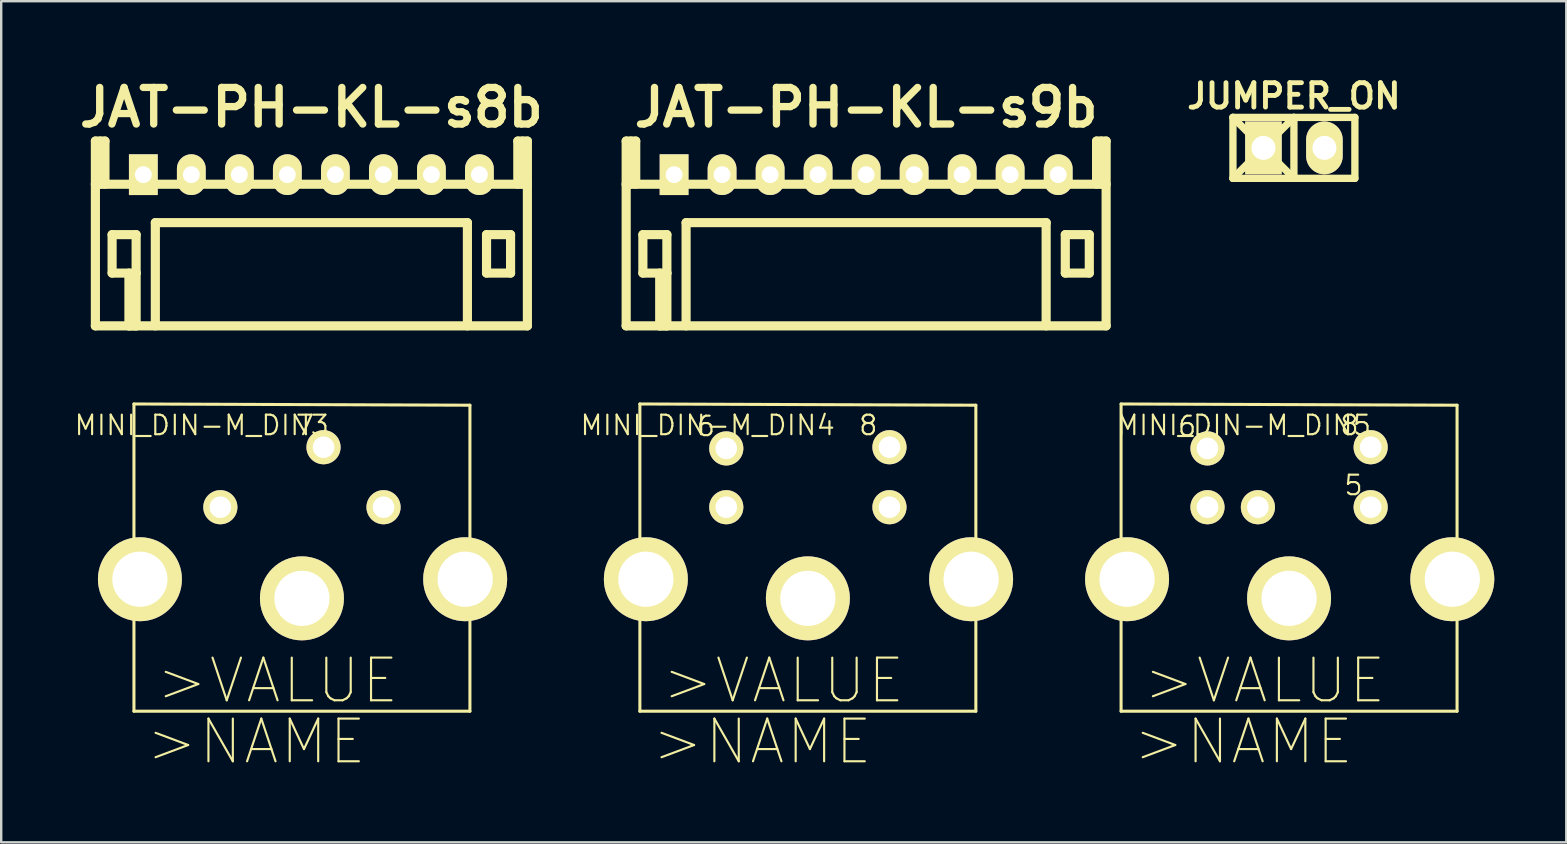
<source format=kicad_pcb>
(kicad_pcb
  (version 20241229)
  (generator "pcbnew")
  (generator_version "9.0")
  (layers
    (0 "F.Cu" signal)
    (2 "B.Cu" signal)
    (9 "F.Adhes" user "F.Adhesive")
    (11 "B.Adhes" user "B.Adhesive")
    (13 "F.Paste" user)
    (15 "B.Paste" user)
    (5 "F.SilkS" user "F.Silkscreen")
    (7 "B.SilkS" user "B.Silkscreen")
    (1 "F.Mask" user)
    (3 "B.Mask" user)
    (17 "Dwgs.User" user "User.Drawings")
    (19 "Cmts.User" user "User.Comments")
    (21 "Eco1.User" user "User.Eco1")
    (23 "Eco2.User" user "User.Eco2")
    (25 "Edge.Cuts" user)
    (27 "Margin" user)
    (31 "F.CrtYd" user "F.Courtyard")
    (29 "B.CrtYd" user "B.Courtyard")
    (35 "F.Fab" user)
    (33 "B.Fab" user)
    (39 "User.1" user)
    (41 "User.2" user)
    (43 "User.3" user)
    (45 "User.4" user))
  (footprint "MINI_DIN-M_DIN5"
    (layer "F.Cu")
    (at 50.65 19.288)
    (property "Reference" "MINI_DIN-M_DIN5" (at -1.88 -4.623 0) (layer "F.SilkS") (effects (font (size 0.813 0.813) (thickness 0.089))))
    (attr exclude_from_pos_files exclude_from_bom)
    (fp_line (start -6.998 -5.509) (end 6.998 -5.458) (stroke (width 0.127) (type solid)) (layer "F.SilkS"))
    (fp_line (start -6.998 2.789) (end -6.998 -5.509) (stroke (width 0.127) (type solid)) (layer "F.SilkS"))
    (fp_line (start -6.998 2.789) (end -6.698 2.789) (stroke (width 0.127) (type solid)) (layer "F.SilkS"))
    (fp_line (start -6.998 7.29) (end -6.998 2.789) (stroke (width 0.127) (type solid)) (layer "F.SilkS"))
    (fp_line (start -6.698 0.792) (end -6.949 0.792) (stroke (width 0.127) (type solid)) (layer "F.SilkS"))
    (fp_line (start -6.698 2.789) (end -6.698 0.792) (stroke (width 0.127) (type solid)) (layer "F.SilkS"))
    (fp_line (start 6.698 0.792) (end 6.998 0.792) (stroke (width 0.127) (type solid)) (layer "F.SilkS"))
    (fp_line (start 6.698 2.789) (end 6.698 0.792) (stroke (width 0.127) (type solid)) (layer "F.SilkS"))
    (fp_line (start 6.998 -5.458) (end 6.998 0.792) (stroke (width 0.127) (type solid)) (layer "F.SilkS"))
    (fp_line (start 6.998 0.792) (end 6.998 2.789) (stroke (width 0.127) (type solid)) (layer "F.SilkS"))
    (fp_line (start 6.998 2.789) (end 6.698 2.789) (stroke (width 0.127) (type solid)) (layer "F.SilkS"))
    (fp_line (start 6.998 2.789) (end 6.998 7.29) (stroke (width 0.127) (type solid)) (layer "F.SilkS"))
    (fp_line (start 6.998 7.29) (end -6.998 7.29) (stroke (width 0.127) (type solid)) (layer "F.SilkS"))
    (fp_text user "6" (at -4.249 -4.582 0) (layer "F.SilkS") (effects (font (size 0.813 0.813) (thickness 0.089))))
    (fp_text user "8" (at 2.517 -4.623 0) (layer "F.SilkS") (effects (font (size 0.813 0.813) (thickness 0.089))))
    (fp_text user "5" (at 2.685 -2.123 0) (layer "F.SilkS") (effects (font (size 0.813 0.813) (thickness 0.089))))
    (fp_text user ">VALUE" (at -1.016 6.017 0) (layer "F.SilkS") (effects (font (size 1.778 1.778) (thickness 0.089))))
    (fp_text user ">NAME" (at -1.905 8.557 0) (layer "F.SilkS") (effects (font (size 1.778 1.778) (thickness 0.089))))
    (pad "1" thru_hole circle (at -1.298 -1.209) (size 1.422 1.422) (drill 0.899) (layers "*.Cu" "F.Mask" "F.SilkS" "F.Paste"))
    (pad "3" thru_hole circle (at -3.399 -1.209) (size 1.422 1.422) (drill 0.899) (layers "*.Cu" "F.Mask" "F.SilkS" "F.Paste"))
    (pad "5" thru_hole circle (at 3.399 -1.209) (size 1.422 1.422) (drill 0.899) (layers "*.Cu" "F.Mask" "F.SilkS" "F.Paste"))
    (pad "6" thru_hole circle (at -3.399 -3.658) (size 1.422 1.422) (drill 0.899) (layers "*.Cu" "F.Mask" "F.SilkS" "F.Paste"))
    (pad "8" thru_hole circle (at 3.399 -3.708) (size 1.422 1.422) (drill 0.899) (layers "*.Cu" "F.Mask" "F.SilkS" "F.Paste"))
    (pad "SH1" thru_hole circle (at 6.8 1.791) (size 3.498 3.498) (drill 2.299) (layers "*.Cu" "F.Mask" "F.SilkS" "F.Paste"))
    (pad "SH2" thru_hole circle (at 0 2.588) (size 3.498 3.498) (drill 2.299) (layers "*.Cu" "F.Mask" "F.SilkS" "F.Paste"))
    (pad "SH3" thru_hole circle (at -6.749 1.791) (size 3.498 3.498) (drill 2.299) (layers "*.Cu" "F.Mask" "F.SilkS" "F.Paste")))
  (footprint "MINI_DIN-M_DIN3"
    (layer "F.Cu")
    (at 9.528 19.288)
    (property "Reference" "MINI_DIN-M_DIN3" (at -4.173 -4.623 0) (layer "F.SilkS") (effects (font (size 0.813 0.813) (thickness 0.089))))
    (attr exclude_from_pos_files exclude_from_bom)
    (fp_line (start -6.998 -5.509) (end 6.998 -5.458) (stroke (width 0.127) (type solid)) (layer "F.SilkS"))
    (fp_line (start -6.998 2.789) (end -6.998 -5.509) (stroke (width 0.127) (type solid)) (layer "F.SilkS"))
    (fp_line (start -6.998 2.789) (end -6.698 2.789) (stroke (width 0.127) (type solid)) (layer "F.SilkS"))
    (fp_line (start -6.998 7.29) (end -6.998 2.789) (stroke (width 0.127) (type solid)) (layer "F.SilkS"))
    (fp_line (start -6.698 0.792) (end -6.949 0.792) (stroke (width 0.127) (type solid)) (layer "F.SilkS"))
    (fp_line (start -6.698 2.789) (end -6.698 0.792) (stroke (width 0.127) (type solid)) (layer "F.SilkS"))
    (fp_line (start 6.698 0.792) (end 6.998 0.792) (stroke (width 0.127) (type solid)) (layer "F.SilkS"))
    (fp_line (start 6.698 2.789) (end 6.698 0.792) (stroke (width 0.127) (type solid)) (layer "F.SilkS"))
    (fp_line (start 6.998 -5.458) (end 6.998 0.792) (stroke (width 0.127) (type solid)) (layer "F.SilkS"))
    (fp_line (start 6.998 0.792) (end 6.998 2.789) (stroke (width 0.127) (type solid)) (layer "F.SilkS"))
    (fp_line (start 6.998 2.789) (end 6.698 2.789) (stroke (width 0.127) (type solid)) (layer "F.SilkS"))
    (fp_line (start 6.998 2.789) (end 6.998 7.29) (stroke (width 0.127) (type solid)) (layer "F.SilkS"))
    (fp_line (start 6.998 7.29) (end -6.998 7.29) (stroke (width 0.127) (type solid)) (layer "F.SilkS"))
    (fp_text user ">VALUE" (at -1.016 6.017 0) (layer "F.SilkS") (effects (font (size 1.778 1.778) (thickness 0.089))))
    (fp_text user "7" (at 0.124 -4.623 0) (layer "F.SilkS") (effects (font (size 0.813 0.813) (thickness 0.089))))
    (fp_text user ">NAME" (at -1.905 8.557 0) (layer "F.SilkS") (effects (font (size 1.778 1.778) (thickness 0.089))))
    (pad "3" thru_hole circle (at -3.399 -1.209) (size 1.422 1.422) (drill 0.899) (layers "*.Cu" "F.Mask" "F.SilkS" "F.Paste"))
    (pad "5" thru_hole circle (at 3.399 -1.209) (size 1.422 1.422) (drill 0.899) (layers "*.Cu" "F.Mask" "F.SilkS" "F.Paste"))
    (pad "7" thru_hole circle (at 0.899 -3.708) (size 1.422 1.422) (drill 0.899) (layers "*.Cu" "F.Mask" "F.SilkS" "F.Paste"))
    (pad "SH1" thru_hole circle (at 6.8 1.791) (size 3.498 3.498) (drill 2.299) (layers "*.Cu" "F.Mask" "F.SilkS" "F.Paste"))
    (pad "SH2" thru_hole circle (at 0 2.588) (size 3.498 3.498) (drill 2.299) (layers "*.Cu" "F.Mask" "F.SilkS" "F.Paste"))
    (pad "SH3" thru_hole circle (at -6.749 1.791) (size 3.498 3.498) (drill 2.299) (layers "*.Cu" "F.Mask" "F.SilkS" "F.Paste")))
  (footprint "JUMPER_ON"
    (layer "F.Cu")
    (at 50.852 3.11)
    (property "Reference" "JUMPER_ON" (at 0 -2.159 0) (layer "F.SilkS") (effects (font (size 1.016 1.016) (thickness 0.203))))
    (attr through_hole)
    (fp_line (start -2.54 -1.27) (end 2.54 -1.27) (stroke (width 0.305) (type solid)) (layer "F.SilkS"))
    (fp_line (start -2.54 1.27) (end -2.54 -1.27) (stroke (width 0.305) (type solid)) (layer "F.SilkS"))
    (fp_line (start -2.54 1.27) (end 0 -1.27) (stroke (width 0.305) (type solid)) (layer "F.SilkS"))
    (fp_line (start 0 -1.27) (end 0 1.27) (stroke (width 0.305) (type solid)) (layer "F.SilkS"))
    (fp_line (start 0 1.27) (end -2.54 -1.27) (stroke (width 0.305) (type solid)) (layer "F.SilkS"))
    (fp_line (start 2.54 -1.27) (end 2.54 1.27) (stroke (width 0.305) (type solid)) (layer "F.SilkS"))
    (fp_line (start 2.54 1.27) (end -2.54 1.27) (stroke (width 0.305) (type solid)) (layer "F.SilkS"))
    (pad "1" thru_hole rect (at -1.27 0) (size 1.524 2.2) (drill 1.001) (layers "*.Cu" "*.Mask" "F.SilkS"))
    (pad "2" thru_hole oval (at 1.27 0) (size 1.524 2.2) (drill 1.001) (layers "*.Cu" "*.Mask" "F.SilkS")))
  (footprint "JAT-PH-KL-s8b"
    (layer "F.Cu")
    (at 9.921 4.226)
    (property "Reference" "JAT-PH-KL-s8b" (at 0 -2.799 0) (layer "F.SilkS") (effects (font (size 1.524 1.524) (thickness 0.305))))
    (attr through_hole)
    (fp_line (start -8.999 0.399) (end 8.999 0.399) (stroke (width 0.381) (type solid)) (layer "F.SilkS"))
    (fp_line (start -8.997 -1.4) (end -8.997 6.299) (stroke (width 0.381) (type solid)) (layer "F.SilkS"))
    (fp_line (start -8.796 -1.4) (end -8.796 0.399) (stroke (width 0.381) (type solid)) (layer "F.SilkS"))
    (fp_line (start -8.598 -1.4) (end -8.997 -1.4) (stroke (width 0.381) (type solid)) (layer "F.SilkS"))
    (fp_line (start -8.598 0.399) (end -8.598 -1.4) (stroke (width 0.381) (type solid)) (layer "F.SilkS"))
    (fp_line (start -8.301 2.499) (end -7.3 2.499) (stroke (width 0.381) (type solid)) (layer "F.SilkS"))
    (fp_line (start -8.301 4.1) (end -8.301 2.499) (stroke (width 0.381) (type solid)) (layer "F.SilkS"))
    (fp_line (start -7.6 6.299) (end -7.6 4.1) (stroke (width 0.381) (type solid)) (layer "F.SilkS"))
    (fp_line (start -7.3 2.499) (end -7.3 4.1) (stroke (width 0.381) (type solid)) (layer "F.SilkS"))
    (fp_line (start -7.3 4.1) (end -8.301 4.1) (stroke (width 0.381) (type solid)) (layer "F.SilkS"))
    (fp_line (start -7.3 4.1) (end -7.3 6.299) (stroke (width 0.381) (type solid)) (layer "F.SilkS"))
    (fp_line (start -7.3 6.299) (end -7.6 6.299) (stroke (width 0.381) (type solid)) (layer "F.SilkS"))
    (fp_line (start -6.5 1.999) (end -6.5 6.299) (stroke (width 0.381) (type solid)) (layer "F.SilkS"))
    (fp_line (start -6.5 1.999) (end 6.5 1.999) (stroke (width 0.381) (type solid)) (layer "F.SilkS"))
    (fp_line (start 6.5 1.999) (end 6.5 6.299) (stroke (width 0.381) (type solid)) (layer "F.SilkS"))
    (fp_line (start 7.297 2.499) (end 8.298 2.499) (stroke (width 0.381) (type solid)) (layer "F.SilkS"))
    (fp_line (start 7.297 4.1) (end 7.297 2.499) (stroke (width 0.381) (type solid)) (layer "F.SilkS"))
    (fp_line (start 8.298 2.499) (end 8.298 4.1) (stroke (width 0.381) (type solid)) (layer "F.SilkS"))
    (fp_line (start 8.298 4.1) (end 7.297 4.1) (stroke (width 0.381) (type solid)) (layer "F.SilkS"))
    (fp_line (start 8.6 -1.4) (end 8.6 0.399) (stroke (width 0.381) (type solid)) (layer "F.SilkS"))
    (fp_line (start 8.799 -1.4) (end 8.799 0.399) (stroke (width 0.381) (type solid)) (layer "F.SilkS"))
    (fp_line (start 8.999 -1.4) (end 8.6 -1.4) (stroke (width 0.381) (type solid)) (layer "F.SilkS"))
    (fp_line (start 8.999 6.299) (end -8.999 6.299) (stroke (width 0.381) (type solid)) (layer "F.SilkS"))
    (fp_line (start 8.999 6.299) (end 8.999 -1.4) (stroke (width 0.381) (type solid)) (layer "F.SilkS"))
    (pad "1" thru_hole rect (at -7 0) (size 1.199 1.699) (drill 0.701) (layers "*.Cu" "*.Mask" "F.SilkS"))
    (pad "2" thru_hole oval (at -5.001 0) (size 1.199 1.699) (drill 0.701) (layers "*.Cu" "*.Mask" "F.SilkS"))
    (pad "3" thru_hole oval (at -3 0) (size 1.199 1.699) (drill 0.701) (layers "*.Cu" "*.Mask" "F.SilkS"))
    (pad "4" thru_hole oval (at -1.001 0) (size 1.199 1.699) (drill 0.701) (layers "*.Cu" "*.Mask" "F.SilkS"))
    (pad "5" thru_hole oval (at 1.001 0) (size 1.199 1.699) (drill 0.701) (layers "*.Cu" "*.Mask" "F.SilkS"))
    (pad "6" thru_hole oval (at 3 0) (size 1.199 1.699) (drill 0.701) (layers "*.Cu" "*.Mask" "F.SilkS"))
    (pad "7" thru_hole oval (at 5.001 0) (size 1.199 1.699) (drill 0.701) (layers "*.Cu" "*.Mask" "F.SilkS"))
    (pad "8" thru_hole oval (at 7 0) (size 1.199 1.699) (drill 0.701) (layers "*.Cu" "*.Mask" "F.SilkS")))
  (footprint "JAT-PH-KL-s9b"
    (layer "F.Cu")
    (at 33.032 4.226)
    (property "Reference" "JAT-PH-KL-s9b" (at 0 -2.799 0) (layer "F.SilkS") (effects (font (size 1.524 1.524) (thickness 0.305))))
    (attr through_hole)
    (fp_line (start -10 0.399) (end 10 0.399) (stroke (width 0.381) (type solid)) (layer "F.SilkS"))
    (fp_line (start -9.997 -1.4) (end -9.997 6.299) (stroke (width 0.381) (type solid)) (layer "F.SilkS"))
    (fp_line (start -9.797 -1.4) (end -9.797 0.399) (stroke (width 0.381) (type solid)) (layer "F.SilkS"))
    (fp_line (start -9.599 -1.4) (end -9.997 -1.4) (stroke (width 0.381) (type solid)) (layer "F.SilkS"))
    (fp_line (start -9.599 0.399) (end -9.599 -1.4) (stroke (width 0.381) (type solid)) (layer "F.SilkS"))
    (fp_line (start -9.301 2.499) (end -8.301 2.499) (stroke (width 0.381) (type solid)) (layer "F.SilkS"))
    (fp_line (start -9.301 4.1) (end -9.301 2.499) (stroke (width 0.381) (type solid)) (layer "F.SilkS"))
    (fp_line (start -8.6 6.299) (end -8.6 4.1) (stroke (width 0.381) (type solid)) (layer "F.SilkS"))
    (fp_line (start -8.301 2.499) (end -8.301 4.1) (stroke (width 0.381) (type solid)) (layer "F.SilkS"))
    (fp_line (start -8.301 4.1) (end -9.301 4.1) (stroke (width 0.381) (type solid)) (layer "F.SilkS"))
    (fp_line (start -8.301 4.1) (end -8.301 6.299) (stroke (width 0.381) (type solid)) (layer "F.SilkS"))
    (fp_line (start -8.301 6.299) (end -8.6 6.299) (stroke (width 0.381) (type solid)) (layer "F.SilkS"))
    (fp_line (start -7.501 1.999) (end -7.501 6.299) (stroke (width 0.381) (type solid)) (layer "F.SilkS"))
    (fp_line (start -7.501 1.999) (end 7.501 1.999) (stroke (width 0.381) (type solid)) (layer "F.SilkS"))
    (fp_line (start 7.498 1.999) (end 7.498 6.299) (stroke (width 0.381) (type solid)) (layer "F.SilkS"))
    (fp_line (start 8.296 2.499) (end 9.296 2.499) (stroke (width 0.381) (type solid)) (layer "F.SilkS"))
    (fp_line (start 8.296 4.1) (end 8.296 2.499) (stroke (width 0.381) (type solid)) (layer "F.SilkS"))
    (fp_line (start 9.296 2.499) (end 9.296 4.1) (stroke (width 0.381) (type solid)) (layer "F.SilkS"))
    (fp_line (start 9.296 4.1) (end 8.296 4.1) (stroke (width 0.381) (type solid)) (layer "F.SilkS"))
    (fp_line (start 9.599 -1.4) (end 9.599 0.399) (stroke (width 0.381) (type solid)) (layer "F.SilkS"))
    (fp_line (start 9.797 -1.4) (end 9.797 0.399) (stroke (width 0.381) (type solid)) (layer "F.SilkS"))
    (fp_line (start 9.997 -1.4) (end 9.599 -1.4) (stroke (width 0.381) (type solid)) (layer "F.SilkS"))
    (fp_line (start 9.997 6.299) (end 9.997 -1.4) (stroke (width 0.381) (type solid)) (layer "F.SilkS"))
    (fp_line (start 10 6.299) (end -10 6.299) (stroke (width 0.381) (type solid)) (layer "F.SilkS"))
    (pad "1" thru_hole rect (at -8.001 0) (size 1.199 1.699) (drill 0.701) (layers "*.Cu" "*.Mask" "F.SilkS"))
    (pad "2" thru_hole oval (at -6.002 0) (size 1.199 1.699) (drill 0.701) (layers "*.Cu" "*.Mask" "F.SilkS"))
    (pad "3" thru_hole oval (at -4 0) (size 1.199 1.699) (drill 0.701) (layers "*.Cu" "*.Mask" "F.SilkS"))
    (pad "4" thru_hole oval (at -2.002 0) (size 1.199 1.699) (drill 0.701) (layers "*.Cu" "*.Mask" "F.SilkS"))
    (pad "5" thru_hole oval (at 0 0) (size 1.199 1.699) (drill 0.701) (layers "*.Cu" "*.Mask" "F.SilkS"))
    (pad "6" thru_hole oval (at 1.999 0) (size 1.199 1.699) (drill 0.701) (layers "*.Cu" "*.Mask" "F.SilkS"))
    (pad "7" thru_hole oval (at 4 0) (size 1.199 1.699) (drill 0.701) (layers "*.Cu" "*.Mask" "F.SilkS"))
    (pad "8" thru_hole oval (at 5.999 0) (size 1.199 1.699) (drill 0.701) (layers "*.Cu" "*.Mask" "F.SilkS"))
    (pad "9" thru_hole oval (at 8.001 0) (size 1.199 1.699) (drill 0.701) (layers "*.Cu" "*.Mask" "F.SilkS")))
  (footprint "MINI_DIN-M_DIN4"
    (layer "F.Cu")
    (at 30.604 19.288)
    (property "Reference" "MINI_DIN-M_DIN4" (at -4.173 -4.623 0) (layer "F.SilkS") (effects (font (size 0.813 0.813) (thickness 0.089))))
    (attr exclude_from_pos_files exclude_from_bom)
    (fp_line (start -6.998 -5.509) (end 6.998 -5.458) (stroke (width 0.127) (type solid)) (layer "F.SilkS"))
    (fp_line (start -6.998 2.789) (end -6.998 -5.509) (stroke (width 0.127) (type solid)) (layer "F.SilkS"))
    (fp_line (start -6.998 2.789) (end -6.698 2.789) (stroke (width 0.127) (type solid)) (layer "F.SilkS"))
    (fp_line (start -6.998 7.29) (end -6.998 2.789) (stroke (width 0.127) (type solid)) (layer "F.SilkS"))
    (fp_line (start -6.698 0.792) (end -6.949 0.792) (stroke (width 0.127) (type solid)) (layer "F.SilkS"))
    (fp_line (start -6.698 2.789) (end -6.698 0.792) (stroke (width 0.127) (type solid)) (layer "F.SilkS"))
    (fp_line (start 6.698 0.792) (end 6.998 0.792) (stroke (width 0.127) (type solid)) (layer "F.SilkS"))
    (fp_line (start 6.698 2.789) (end 6.698 0.792) (stroke (width 0.127) (type solid)) (layer "F.SilkS"))
    (fp_line (start 6.998 -5.458) (end 6.998 0.792) (stroke (width 0.127) (type solid)) (layer "F.SilkS"))
    (fp_line (start 6.998 0.792) (end 6.998 2.789) (stroke (width 0.127) (type solid)) (layer "F.SilkS"))
    (fp_line (start 6.998 2.789) (end 6.698 2.789) (stroke (width 0.127) (type solid)) (layer "F.SilkS"))
    (fp_line (start 6.998 2.789) (end 6.998 7.29) (stroke (width 0.127) (type solid)) (layer "F.SilkS"))
    (fp_line (start 6.998 7.29) (end -6.998 7.29) (stroke (width 0.127) (type solid)) (layer "F.SilkS"))
    (fp_text user "8" (at 2.517 -4.623 0) (layer "F.SilkS") (effects (font (size 0.813 0.813) (thickness 0.089))))
    (fp_text user "6" (at -4.249 -4.582 0) (layer "F.SilkS") (effects (font (size 0.813 0.813) (thickness 0.089))))
    (fp_text user ">VALUE" (at -1.016 6.017 0) (layer "F.SilkS") (effects (font (size 1.778 1.778) (thickness 0.089))))
    (fp_text user ">NAME" (at -1.905 8.557 0) (layer "F.SilkS") (effects (font (size 1.778 1.778) (thickness 0.089))))
    (pad "3" thru_hole circle (at -3.399 -1.209) (size 1.422 1.422) (drill 0.899) (layers "*.Cu" "F.Mask" "F.SilkS" "F.Paste"))
    (pad "5" thru_hole circle (at 3.399 -1.209) (size 1.422 1.422) (drill 0.899) (layers "*.Cu" "F.Mask" "F.SilkS" "F.Paste"))
    (pad "6" thru_hole circle (at -3.399 -3.658) (size 1.422 1.422) (drill 0.899) (layers "*.Cu" "F.Mask" "F.SilkS" "F.Paste"))
    (pad "8" thru_hole circle (at 3.399 -3.708) (size 1.422 1.422) (drill 0.899) (layers "*.Cu" "F.Mask" "F.SilkS" "F.Paste"))
    (pad "SH1" thru_hole circle (at 6.8 1.791) (size 3.498 3.498) (drill 2.299) (layers "*.Cu" "F.Mask" "F.SilkS" "F.Paste"))
    (pad "SH2" thru_hole circle (at 0 2.588) (size 3.498 3.498) (drill 2.299) (layers "*.Cu" "F.Mask" "F.SilkS" "F.Paste"))
    (pad "SH3" thru_hole circle (at -6.749 1.791) (size 3.498 3.498) (drill 2.299) (layers "*.Cu" "F.Mask" "F.SilkS" "F.Paste")))
  (gr_rect
    (start -3 -3)
    (end 62.198 32.041)
    (stroke (width 0.1) (type default))
    (fill no)
    (layer "Edge.Cuts")))
</source>
